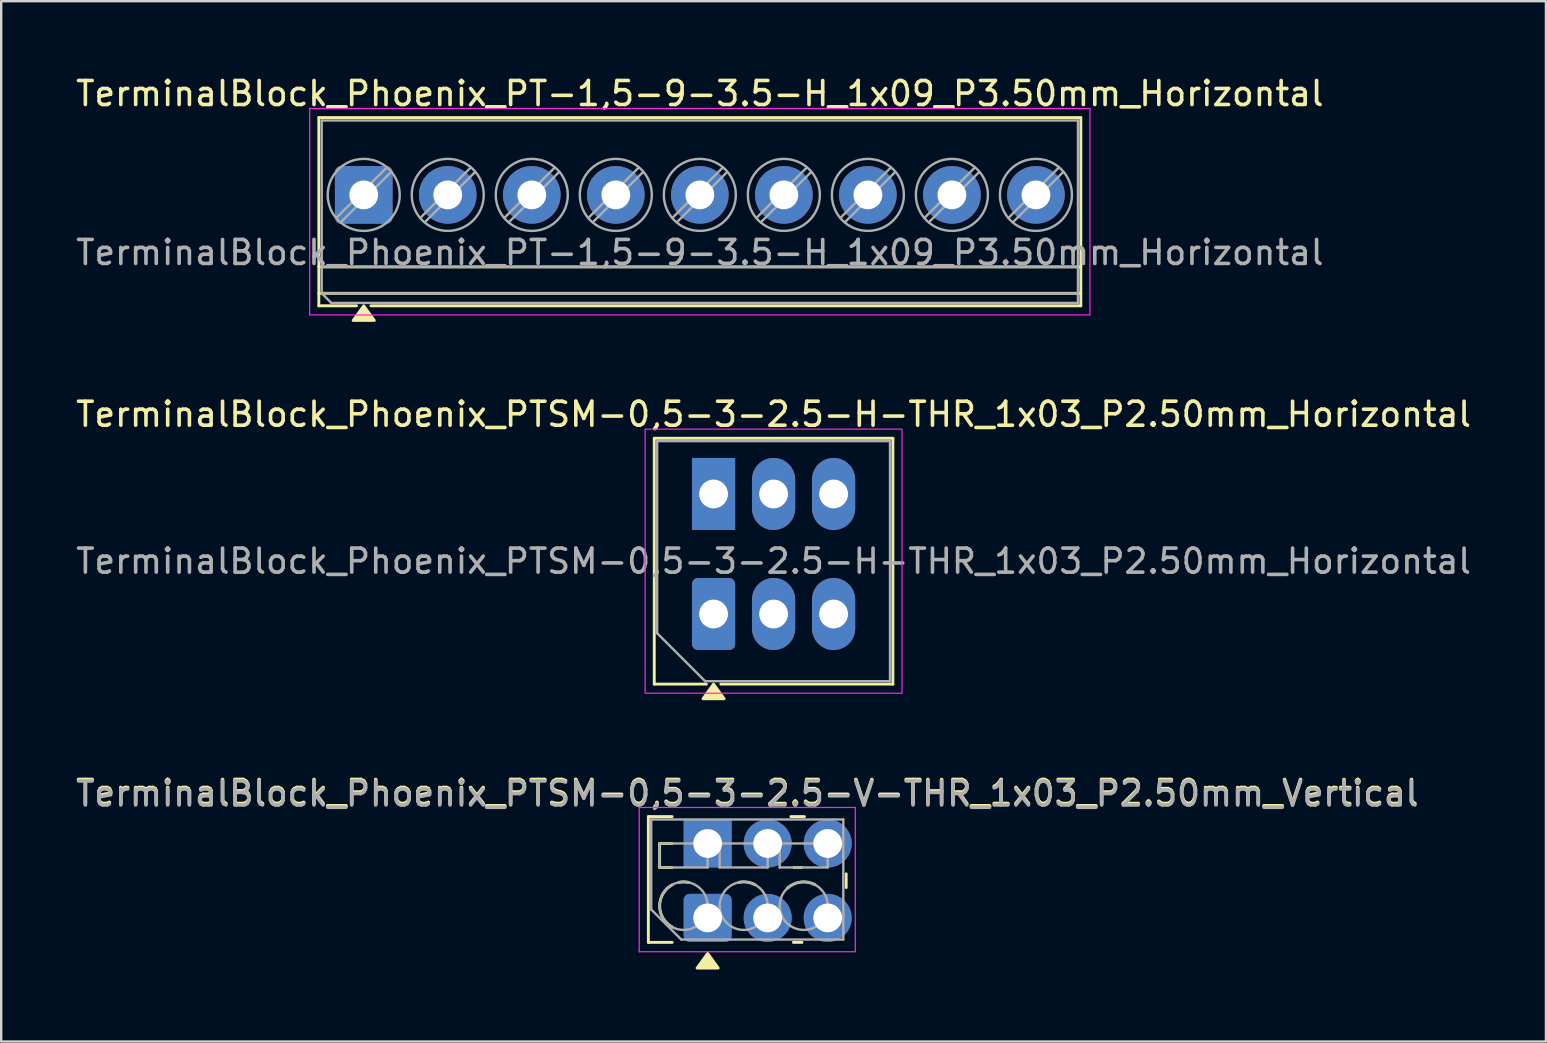
<source format=kicad_pcb>
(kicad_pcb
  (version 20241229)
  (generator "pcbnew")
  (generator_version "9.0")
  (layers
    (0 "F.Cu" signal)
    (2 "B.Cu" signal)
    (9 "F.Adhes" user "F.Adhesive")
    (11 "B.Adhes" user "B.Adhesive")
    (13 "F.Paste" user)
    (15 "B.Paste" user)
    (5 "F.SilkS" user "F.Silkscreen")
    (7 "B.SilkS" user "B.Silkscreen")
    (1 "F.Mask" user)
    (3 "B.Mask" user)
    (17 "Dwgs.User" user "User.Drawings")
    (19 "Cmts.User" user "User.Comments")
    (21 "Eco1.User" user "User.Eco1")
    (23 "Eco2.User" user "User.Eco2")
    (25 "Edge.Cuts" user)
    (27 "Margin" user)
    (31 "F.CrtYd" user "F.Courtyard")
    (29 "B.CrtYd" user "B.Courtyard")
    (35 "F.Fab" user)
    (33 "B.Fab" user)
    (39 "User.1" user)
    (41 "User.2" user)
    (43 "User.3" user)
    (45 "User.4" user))
  (footprint "TerminalBlock_Phoenix_PT-1,5-9-3.5-H_1x09_P3.50mm_Horizontal"
    (layer "F.Cu")
    (at 12.101 5.068)
    (property "Reference" "TerminalBlock_Phoenix_PT-1,5-9-3.5-H_1x09_P3.50mm_Horizontal" (at 14 -4.22 0) (layer "F.SilkS") (effects (font (size 1 1) (thickness 0.15))))
    (attr through_hole)
    (fp_line (start -1.87 -3.22) (end -1.87 4.62) (stroke (width 0.12) (type solid)) (layer "F.SilkS"))
    (fp_line (start -1.87 -3.22) (end 29.87 -3.22) (stroke (width 0.12) (type solid)) (layer "F.SilkS"))
    (fp_line (start -1.87 3) (end 29.87 3) (stroke (width 0.12) (type solid)) (layer "F.SilkS"))
    (fp_line (start -1.87 4.1) (end 29.87 4.1) (stroke (width 0.12) (type solid)) (layer "F.SilkS"))
    (fp_line (start -1.87 4.62) (end -0.3 4.62) (stroke (width 0.12) (type solid)) (layer "F.SilkS"))
    (fp_line (start 0.3 4.62) (end 29.87 4.62) (stroke (width 0.12) (type solid)) (layer "F.SilkS"))
    (fp_line (start 29.87 -3.22) (end 29.87 4.62) (stroke (width 0.12) (type solid)) (layer "F.SilkS"))
    (fp_poly (pts (xy 0 4.62) (xy 0.44 5.23) (xy -0.44 5.23)) (stroke (width 0.12) (type solid)) (fill yes) (layer "F.SilkS"))
    (fp_line (start -2.25 -3.6) (end -2.25 5) (stroke (width 0.05) (type solid)) (layer "F.CrtYd"))
    (fp_line (start -2.25 5) (end 30.25 5) (stroke (width 0.05) (type solid)) (layer "F.CrtYd"))
    (fp_line (start 30.25 -3.6) (end -2.25 -3.6) (stroke (width 0.05) (type solid)) (layer "F.CrtYd"))
    (fp_line (start 30.25 5) (end 30.25 -3.6) (stroke (width 0.05) (type solid)) (layer "F.CrtYd"))
    (fp_line (start -1.75 -3.1) (end 29.75 -3.1) (stroke (width 0.1) (type solid)) (layer "F.Fab"))
    (fp_line (start -1.75 3) (end 29.75 3) (stroke (width 0.1) (type solid)) (layer "F.Fab"))
    (fp_line (start -1.75 4.1) (end -1.75 -3.1) (stroke (width 0.1) (type solid)) (layer "F.Fab"))
    (fp_line (start -1.75 4.1) (end 29.75 4.1) (stroke (width 0.1) (type solid)) (layer "F.Fab"))
    (fp_line (start -1.35 4.5) (end -1.75 4.1) (stroke (width 0.1) (type solid)) (layer "F.Fab"))
    (fp_line (start 0.955 -1.138) (end -1.138 0.954) (stroke (width 0.1) (type solid)) (layer "F.Fab"))
    (fp_line (start 1.138 -0.954) (end -0.955 1.137) (stroke (width 0.1) (type solid)) (layer "F.Fab"))
    (fp_line (start 4.455 -1.138) (end 2.362 0.954) (stroke (width 0.1) (type solid)) (layer "F.Fab"))
    (fp_line (start 4.638 -0.954) (end 2.545 1.137) (stroke (width 0.1) (type solid)) (layer "F.Fab"))
    (fp_line (start 7.955 -1.138) (end 5.862 0.954) (stroke (width 0.1) (type solid)) (layer "F.Fab"))
    (fp_line (start 8.138 -0.954) (end 6.045 1.137) (stroke (width 0.1) (type solid)) (layer "F.Fab"))
    (fp_line (start 11.455 -1.138) (end 9.362 0.954) (stroke (width 0.1) (type solid)) (layer "F.Fab"))
    (fp_line (start 11.638 -0.954) (end 9.545 1.137) (stroke (width 0.1) (type solid)) (layer "F.Fab"))
    (fp_line (start 14.955 -1.138) (end 12.862 0.954) (stroke (width 0.1) (type solid)) (layer "F.Fab"))
    (fp_line (start 15.138 -0.954) (end 13.045 1.137) (stroke (width 0.1) (type solid)) (layer "F.Fab"))
    (fp_line (start 18.455 -1.138) (end 16.362 0.954) (stroke (width 0.1) (type solid)) (layer "F.Fab"))
    (fp_line (start 18.638 -0.954) (end 16.545 1.137) (stroke (width 0.1) (type solid)) (layer "F.Fab"))
    (fp_line (start 21.955 -1.138) (end 19.862 0.954) (stroke (width 0.1) (type solid)) (layer "F.Fab"))
    (fp_line (start 22.138 -0.954) (end 20.045 1.137) (stroke (width 0.1) (type solid)) (layer "F.Fab"))
    (fp_line (start 25.455 -1.138) (end 23.362 0.954) (stroke (width 0.1) (type solid)) (layer "F.Fab"))
    (fp_line (start 25.638 -0.954) (end 23.545 1.137) (stroke (width 0.1) (type solid)) (layer "F.Fab"))
    (fp_line (start 28.955 -1.138) (end 26.862 0.954) (stroke (width 0.1) (type solid)) (layer "F.Fab"))
    (fp_line (start 29.138 -0.954) (end 27.045 1.137) (stroke (width 0.1) (type solid)) (layer "F.Fab"))
    (fp_line (start 29.75 -3.1) (end 29.75 4.5) (stroke (width 0.1) (type solid)) (layer "F.Fab"))
    (fp_line (start 29.75 4.5) (end -1.35 4.5) (stroke (width 0.1) (type solid)) (layer "F.Fab"))
    (fp_circle (center 0 0) (end 1.5 0) (stroke (width 0.1) (type solid)) (fill no) (layer "F.Fab"))
    (fp_circle (center 3.5 0) (end 5 0) (stroke (width 0.1) (type solid)) (fill no) (layer "F.Fab"))
    (fp_circle (center 7 0) (end 8.5 0) (stroke (width 0.1) (type solid)) (fill no) (layer "F.Fab"))
    (fp_circle (center 10.5 0) (end 12 0) (stroke (width 0.1) (type solid)) (fill no) (layer "F.Fab"))
    (fp_circle (center 14 0) (end 15.5 0) (stroke (width 0.1) (type solid)) (fill no) (layer "F.Fab"))
    (fp_circle (center 17.5 0) (end 19 0) (stroke (width 0.1) (type solid)) (fill no) (layer "F.Fab"))
    (fp_circle (center 21 0) (end 22.5 0) (stroke (width 0.1) (type solid)) (fill no) (layer "F.Fab"))
    (fp_circle (center 24.5 0) (end 26 0) (stroke (width 0.1) (type solid)) (fill no) (layer "F.Fab"))
    (fp_circle (center 28 0) (end 29.5 0) (stroke (width 0.1) (type solid)) (fill no) (layer "F.Fab"))
    (fp_text user "${REFERENCE}" (at 14 2.4 0) (layer "F.Fab") (effects (font (size 1 1) (thickness 0.15))))
    (pad "1" thru_hole roundrect (at 0 0) (size 2.4 2.4) (drill 1.2) (layers "*.Cu" "*.Mask") (roundrect_rratio 0.104))
    (pad "2" thru_hole circle (at 3.5 0) (size 2.4 2.4) (drill 1.2) (layers "*.Cu" "*.Mask"))
    (pad "3" thru_hole circle (at 7 0) (size 2.4 2.4) (drill 1.2) (layers "*.Cu" "*.Mask"))
    (pad "4" thru_hole circle (at 10.5 0) (size 2.4 2.4) (drill 1.2) (layers "*.Cu" "*.Mask"))
    (pad "5" thru_hole circle (at 14 0) (size 2.4 2.4) (drill 1.2) (layers "*.Cu" "*.Mask"))
    (pad "6" thru_hole circle (at 17.5 0) (size 2.4 2.4) (drill 1.2) (layers "*.Cu" "*.Mask"))
    (pad "7" thru_hole circle (at 21 0) (size 2.4 2.4) (drill 1.2) (layers "*.Cu" "*.Mask"))
    (pad "8" thru_hole circle (at 24.5 0) (size 2.4 2.4) (drill 1.2) (layers "*.Cu" "*.Mask"))
    (pad "9" thru_hole circle (at 28 0) (size 2.4 2.4) (drill 1.2) (layers "*.Cu" "*.Mask")))
  (footprint "TerminalBlock_Phoenix_PTSM-0,5-3-2.5-V-THR_1x03_P2.50mm_Vertical"
    (layer "F.Cu")
    (at 26.427 35.185)
    (property "Reference" "TerminalBlock_Phoenix_PTSM-0,5-3-2.5-V-THR_1x03_P2.50mm_Vertical" (at 1.65 -5.22 0) (layer "F.SilkS") (effects (font (size 1 1) (thickness 0.15))))
    (attr through_hole)
    (fp_line (start -2.47 -4.22) (end -2.47 1.02) (stroke (width 0.12) (type solid)) (layer "F.SilkS"))
    (fp_line (start -2.47 -4.22) (end -1.48 -4.22) (stroke (width 0.12) (type solid)) (layer "F.SilkS"))
    (fp_line (start -2.47 1.02) (end -1.48 1.02) (stroke (width 0.12) (type solid)) (layer "F.SilkS"))
    (fp_line (start -2 -3.1) (end -2 -2.1) (stroke (width 0.12) (type solid)) (layer "F.SilkS"))
    (fp_line (start -2 -3.1) (end -1.48 -3.1) (stroke (width 0.12) (type solid)) (layer "F.SilkS"))
    (fp_line (start -2 -2.1) (end -1.48 -2.1) (stroke (width 0.12) (type solid)) (layer "F.SilkS"))
    (fp_line (start 3.467 -4.22) (end 4.033 -4.22) (stroke (width 0.12) (type solid)) (layer "F.SilkS"))
    (fp_line (start 3.572 1.02) (end 3.928 1.02) (stroke (width 0.12) (type solid)) (layer "F.SilkS"))
    (fp_line (start 3.591 -2.1) (end 3.909 -2.1) (stroke (width 0.12) (type solid)) (layer "F.SilkS"))
    (fp_line (start 5.77 -1.836) (end 5.77 -1.264) (stroke (width 0.12) (type solid)) (layer "F.SilkS"))
    (fp_arc (start -1.48 0.377) (mid -1.999764 -0.500129) (end -1.479774 -1.377124) (stroke (width 0.12) (type solid)) (layer "F.SilkS"))
    (fp_arc (start -1.199 -1.48) (mid -1.000002 -1.5) (end -0.801005 -1.480001) (stroke (width 0.12) (type solid)) (layer "F.SilkS"))
    (fp_arc (start 1.301 -1.48) (mid 1.644475 -1.489509) (end 1.970893 -1.382191) (stroke (width 0.12) (type solid)) (layer "F.SilkS"))
    (fp_arc (start 3.319 -1.233) (mid 3.871173 -1.492196) (end 4.47123 -1.382605) (stroke (width 0.12) (type solid)) (layer "F.SilkS"))
    (fp_poly (pts (xy 0 1.48) (xy 0.44 2.09) (xy -0.44 2.09)) (stroke (width 0.12) (type solid)) (fill yes) (layer "F.SilkS"))
    (fp_line (start -2.85 -4.6) (end -2.85 1.41) (stroke (width 0.05) (type solid)) (layer "F.CrtYd"))
    (fp_line (start -2.85 1.41) (end 6.15 1.41) (stroke (width 0.05) (type solid)) (layer "F.CrtYd"))
    (fp_line (start 6.15 -4.6) (end -2.85 -4.6) (stroke (width 0.05) (type solid)) (layer "F.CrtYd"))
    (fp_line (start 6.15 1.41) (end 6.15 -4.6) (stroke (width 0.05) (type solid)) (layer "F.CrtYd"))
    (fp_line (start -2.35 -4.1) (end 5.65 -4.1) (stroke (width 0.1) (type solid)) (layer "F.Fab"))
    (fp_line (start -2.35 -0.35) (end -2.35 -4.1) (stroke (width 0.1) (type solid)) (layer "F.Fab"))
    (fp_line (start -2 -3.1) (end -2 -2.1) (stroke (width 0.1) (type solid)) (layer "F.Fab"))
    (fp_line (start -2 -2.1) (end 0 -2.1) (stroke (width 0.1) (type solid)) (layer "F.Fab"))
    (fp_line (start -1.1 0.9) (end -2.35 -0.35) (stroke (width 0.1) (type solid)) (layer "F.Fab"))
    (fp_line (start 0 -3.1) (end -2 -3.1) (stroke (width 0.1) (type solid)) (layer "F.Fab"))
    (fp_line (start 0 -2.1) (end 0 -3.1) (stroke (width 0.1) (type solid)) (layer "F.Fab"))
    (fp_line (start 0.5 -3.1) (end 0.5 -2.1) (stroke (width 0.1) (type solid)) (layer "F.Fab"))
    (fp_line (start 0.5 -2.1) (end 2.5 -2.1) (stroke (width 0.1) (type solid)) (layer "F.Fab"))
    (fp_line (start 2.5 -3.1) (end 0.5 -3.1) (stroke (width 0.1) (type solid)) (layer "F.Fab"))
    (fp_line (start 2.5 -2.1) (end 2.5 -3.1) (stroke (width 0.1) (type solid)) (layer "F.Fab"))
    (fp_line (start 3 -3.1) (end 3 -2.1) (stroke (width 0.1) (type solid)) (layer "F.Fab"))
    (fp_line (start 3 -2.1) (end 5 -2.1) (stroke (width 0.1) (type solid)) (layer "F.Fab"))
    (fp_line (start 5 -3.1) (end 3 -3.1) (stroke (width 0.1) (type solid)) (layer "F.Fab"))
    (fp_line (start 5 -2.1) (end 5 -3.1) (stroke (width 0.1) (type solid)) (layer "F.Fab"))
    (fp_line (start 5.65 -4.1) (end 5.65 0.9) (stroke (width 0.1) (type solid)) (layer "F.Fab"))
    (fp_line (start 5.65 0.9) (end -1.1 0.9) (stroke (width 0.1) (type solid)) (layer "F.Fab"))
    (fp_circle (center -1 -0.5) (end 0 -0.5) (stroke (width 0.1) (type solid)) (fill no) (layer "F.Fab"))
    (fp_circle (center 1.5 -0.5) (end 2.5 -0.5) (stroke (width 0.1) (type solid)) (fill no) (layer "F.Fab"))
    (fp_circle (center 4 -0.5) (end 5 -0.5) (stroke (width 0.1) (type solid)) (fill no) (layer "F.Fab"))
    (fp_text user "${REFERENCE}" (at 1.65 -5.16 0) (layer "F.Fab") (effects (font (size 1 1) (thickness 0.15))))
    (pad "1" thru_hole rect (at 0 -3.1) (size 2 2) (drill 1.2) (layers "*.Cu" "*.Mask"))
    (pad "1" thru_hole roundrect (at 0 0) (size 2 2) (drill 1.2) (layers "*.Cu" "*.Mask") (roundrect_rratio 0.125))
    (pad "2" thru_hole circle (at 2.5 -3.1) (size 2 2) (drill 1.2) (layers "*.Cu" "*.Mask"))
    (pad "2" thru_hole circle (at 2.5 0) (size 2 2) (drill 1.2) (layers "*.Cu" "*.Mask"))
    (pad "3" thru_hole circle (at 5 -3.1) (size 2 2) (drill 1.2) (layers "*.Cu" "*.Mask"))
    (pad "3" thru_hole circle (at 5 0) (size 2 2) (drill 1.2) (layers "*.Cu" "*.Mask")))
  (footprint "TerminalBlock_Phoenix_PTSM-0,5-3-2.5-H-THR_1x03_P2.50mm_Horizontal"
    (layer "F.Cu")
    (at 26.673 22.526)
    (property "Reference" "TerminalBlock_Phoenix_PTSM-0,5-3-2.5-H-THR_1x03_P2.50mm_Horizontal" (at 2.5 -8.32 0) (layer "F.SilkS") (effects (font (size 1 1) (thickness 0.15))))
    (attr through_hole)
    (fp_line (start -2.47 -7.32) (end 7.47 -7.32) (stroke (width 0.12) (type solid)) (layer "F.SilkS"))
    (fp_line (start -2.47 2.92) (end -2.47 -7.32) (stroke (width 0.12) (type solid)) (layer "F.SilkS"))
    (fp_line (start -0.3 2.92) (end -2.47 2.92) (stroke (width 0.12) (type solid)) (layer "F.SilkS"))
    (fp_line (start 7.47 -7.32) (end 7.47 2.92) (stroke (width 0.12) (type solid)) (layer "F.SilkS"))
    (fp_line (start 7.47 2.92) (end 0.3 2.92) (stroke (width 0.12) (type solid)) (layer "F.SilkS"))
    (fp_poly (pts (xy 0 2.92) (xy 0.44 3.53) (xy -0.44 3.53)) (stroke (width 0.12) (type solid)) (fill yes) (layer "F.SilkS"))
    (fp_rect (start -2.85 -7.7) (end 7.85 3.3) (stroke (width 0.05) (type solid)) (fill no) (layer "F.CrtYd"))
    (fp_line (start -2.35 -7.2) (end 7.35 -7.2) (stroke (width 0.1) (type solid)) (layer "F.Fab"))
    (fp_line (start -2.35 0.8) (end -2.35 -7.2) (stroke (width 0.1) (type solid)) (layer "F.Fab"))
    (fp_line (start -0.35 2.8) (end -2.35 0.8) (stroke (width 0.1) (type solid)) (layer "F.Fab"))
    (fp_line (start 7.35 -7.2) (end 7.35 2.8) (stroke (width 0.1) (type solid)) (layer "F.Fab"))
    (fp_line (start 7.35 2.8) (end -0.35 2.8) (stroke (width 0.1) (type solid)) (layer "F.Fab"))
    (fp_text user "${REFERENCE}" (at 2.5 -2.2 0) (layer "F.Fab") (effects (font (size 1 1) (thickness 0.15))))
    (pad "1" thru_hole rect (at 0 -5) (size 1.8 3) (drill 1.2) (layers "*.Cu" "*.Mask"))
    (pad "1" thru_hole roundrect (at 0 0) (size 1.8 3) (drill 1.2) (layers "*.Cu" "*.Mask") (roundrect_rratio 0.139))
    (pad "2" thru_hole oval (at 2.5 -5) (size 1.8 3) (drill 1.2) (layers "*.Cu" "*.Mask"))
    (pad "2" thru_hole oval (at 2.5 0) (size 1.8 3) (drill 1.2) (layers "*.Cu" "*.Mask"))
    (pad "3" thru_hole oval (at 5 -5) (size 1.8 3) (drill 1.2) (layers "*.Cu" "*.Mask"))
    (pad "3" thru_hole oval (at 5 0) (size 1.8 3) (drill 1.2) (layers "*.Cu" "*.Mask")))
  (gr_rect
    (start -3 -3)
    (end 61.345 40.335)
    (stroke (width 0.1) (type default))
    (fill no)
    (layer "Edge.Cuts")))
</source>
